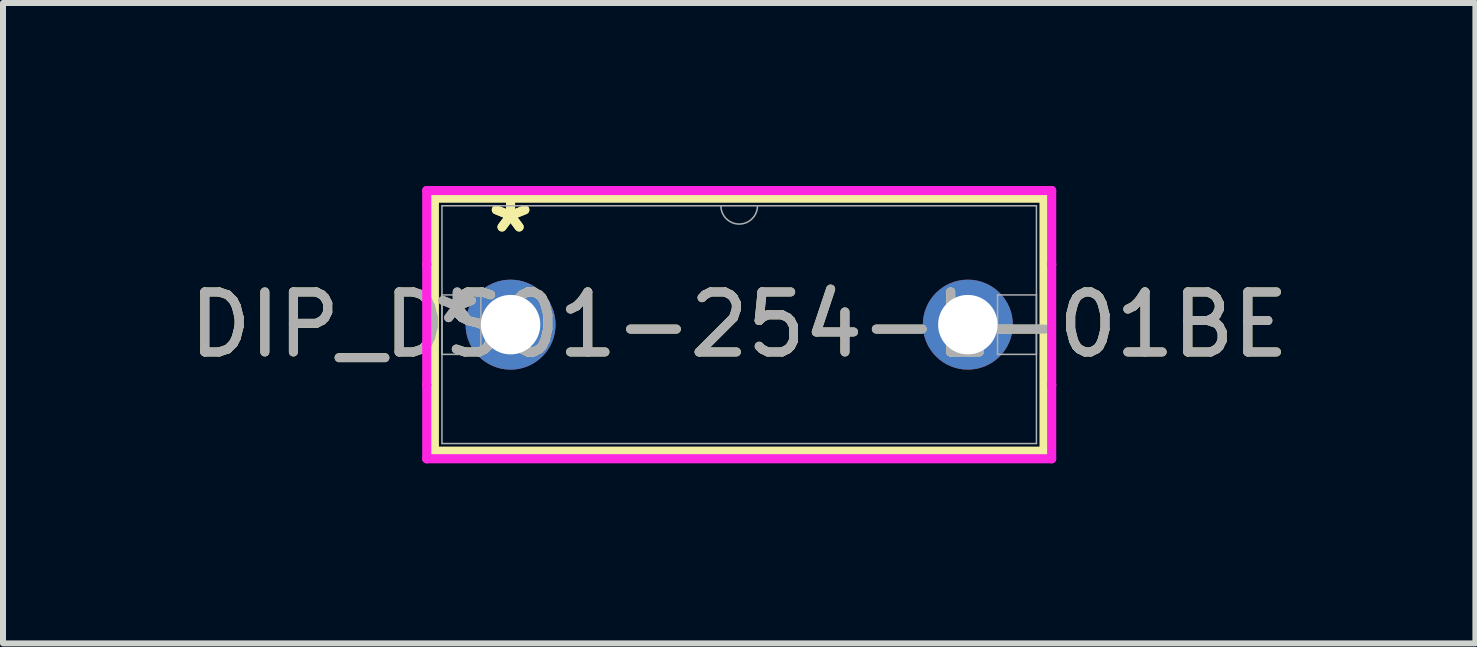
<source format=kicad_pcb>
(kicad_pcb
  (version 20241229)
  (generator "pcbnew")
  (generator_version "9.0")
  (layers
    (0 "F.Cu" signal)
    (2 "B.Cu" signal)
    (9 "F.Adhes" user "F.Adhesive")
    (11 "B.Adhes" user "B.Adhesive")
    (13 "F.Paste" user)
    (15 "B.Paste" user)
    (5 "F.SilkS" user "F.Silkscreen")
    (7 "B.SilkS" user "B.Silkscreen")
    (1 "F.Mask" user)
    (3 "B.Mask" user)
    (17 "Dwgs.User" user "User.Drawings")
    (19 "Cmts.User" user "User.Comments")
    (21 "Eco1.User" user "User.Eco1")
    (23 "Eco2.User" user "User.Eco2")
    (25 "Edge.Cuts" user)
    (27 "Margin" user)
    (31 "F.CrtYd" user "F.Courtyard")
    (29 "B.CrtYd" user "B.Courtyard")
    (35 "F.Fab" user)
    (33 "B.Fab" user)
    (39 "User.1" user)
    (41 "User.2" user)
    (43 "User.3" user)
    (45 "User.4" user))
  (footprint "DIP_DS01-254-L-01BE"
    (layer "F.Cu")
    (at 5.458 2.36)
    (property "Reference" "DIP_DS01-254-L-01BE" (at 3.81 0 0) (unlocked yes) (layer "F.SilkS") (effects (font (size 1 1) (thickness 0.15))))
    (attr through_hole)
    (fp_line (start -1.27 -2.108) (end -1.27 2.108) (stroke (width 0.152) (type solid)) (layer "F.SilkS"))
    (fp_line (start -1.27 2.108) (end 8.89 2.108) (stroke (width 0.152) (type solid)) (layer "F.SilkS"))
    (fp_line (start 8.89 -2.108) (end -1.27 -2.108) (stroke (width 0.152) (type solid)) (layer "F.SilkS"))
    (fp_line (start 8.89 2.108) (end 8.89 -2.108) (stroke (width 0.152) (type solid)) (layer "F.SilkS"))
    (fp_line (start -1.397 -2.235) (end 9.017 -2.235) (stroke (width 0.152) (type solid)) (layer "F.CrtYd"))
    (fp_line (start -1.397 -1.003) (end -1.397 -2.235) (stroke (width 0.152) (type solid)) (layer "F.CrtYd"))
    (fp_line (start -1.397 -1.003) (end -1.397 -1.003) (stroke (width 0.152) (type solid)) (layer "F.CrtYd"))
    (fp_line (start -1.397 1.003) (end -1.397 -1.003) (stroke (width 0.152) (type solid)) (layer "F.CrtYd"))
    (fp_line (start -1.397 1.003) (end -1.397 1.003) (stroke (width 0.152) (type solid)) (layer "F.CrtYd"))
    (fp_line (start -1.397 2.235) (end -1.397 1.003) (stroke (width 0.152) (type solid)) (layer "F.CrtYd"))
    (fp_line (start 9.017 -2.235) (end 9.017 -1.003) (stroke (width 0.152) (type solid)) (layer "F.CrtYd"))
    (fp_line (start 9.017 -1.003) (end 9.017 -1.003) (stroke (width 0.152) (type solid)) (layer "F.CrtYd"))
    (fp_line (start 9.017 -1.003) (end 9.017 1.003) (stroke (width 0.152) (type solid)) (layer "F.CrtYd"))
    (fp_line (start 9.017 1.003) (end 9.017 1.003) (stroke (width 0.152) (type solid)) (layer "F.CrtYd"))
    (fp_line (start 9.017 1.003) (end 9.017 2.235) (stroke (width 0.152) (type solid)) (layer "F.CrtYd"))
    (fp_line (start 9.017 2.235) (end -1.397 2.235) (stroke (width 0.152) (type solid)) (layer "F.CrtYd"))
    (fp_line (start -1.143 -1.981) (end -1.143 1.981) (stroke (width 0.025) (type solid)) (layer "F.Fab"))
    (fp_line (start -1.143 -0.495) (end -0.495 -0.495) (stroke (width 0.025) (type solid)) (layer "F.Fab"))
    (fp_line (start -1.143 0.495) (end -1.143 -0.495) (stroke (width 0.025) (type solid)) (layer "F.Fab"))
    (fp_line (start -1.143 1.981) (end 8.763 1.981) (stroke (width 0.025) (type solid)) (layer "F.Fab"))
    (fp_line (start -0.495 -0.495) (end -0.495 0.495) (stroke (width 0.025) (type solid)) (layer "F.Fab"))
    (fp_line (start -0.495 0.495) (end -1.143 0.495) (stroke (width 0.025) (type solid)) (layer "F.Fab"))
    (fp_line (start 8.115 -0.495) (end 8.763 -0.495) (stroke (width 0.025) (type solid)) (layer "F.Fab"))
    (fp_line (start 8.115 0.495) (end 8.115 -0.495) (stroke (width 0.025) (type solid)) (layer "F.Fab"))
    (fp_line (start 8.763 -1.981) (end -1.143 -1.981) (stroke (width 0.025) (type solid)) (layer "F.Fab"))
    (fp_line (start 8.763 -0.495) (end 8.763 0.495) (stroke (width 0.025) (type solid)) (layer "F.Fab"))
    (fp_line (start 8.763 0.495) (end 8.115 0.495) (stroke (width 0.025) (type solid)) (layer "F.Fab"))
    (fp_line (start 8.763 1.981) (end 8.763 -1.981) (stroke (width 0.025) (type solid)) (layer "F.Fab"))
    (fp_arc (start 4.1148 -1.9812) (mid 3.81 -1.6764) (end 3.5052 -1.9812) (stroke (width 0.0254) (type solid)) (layer "F.Fab"))
    (fp_text user "*" (at 0 -1.511 0) (layer "F.SilkS") (effects (font (size 1 1) (thickness 0.15))))
    (fp_text user "*" (at 0 -1.511 0) (unlocked yes) (layer "F.SilkS") (effects (font (size 1 1) (thickness 0.15))))
    (fp_text user "*" (at -0.889 0 0) (unlocked yes) (layer "F.Fab") (effects (font (size 1 1) (thickness 0.15))))
    (fp_text user "*" (at -0.889 0 0) (layer "F.Fab") (effects (font (size 1 1) (thickness 0.15))))
    (fp_text user "${REFERENCE}" (at 3.81 0 0) (unlocked yes) (layer "F.Fab") (effects (font (size 1 1) (thickness 0.15))))
    (pad "1" thru_hole circle (at 0 0) (size 1.499 1.499) (drill 0.991) (layers "*.Cu" "*.Mask"))
    (pad "2" thru_hole circle (at 7.62 0) (size 1.499 1.499) (drill 0.991) (layers "*.Cu" "*.Mask")))
  (gr_rect
    (start -3 -3)
    (end 21.536 7.671)
    (stroke (width 0.1) (type default))
    (fill no)
    (layer "Edge.Cuts")))
</source>
